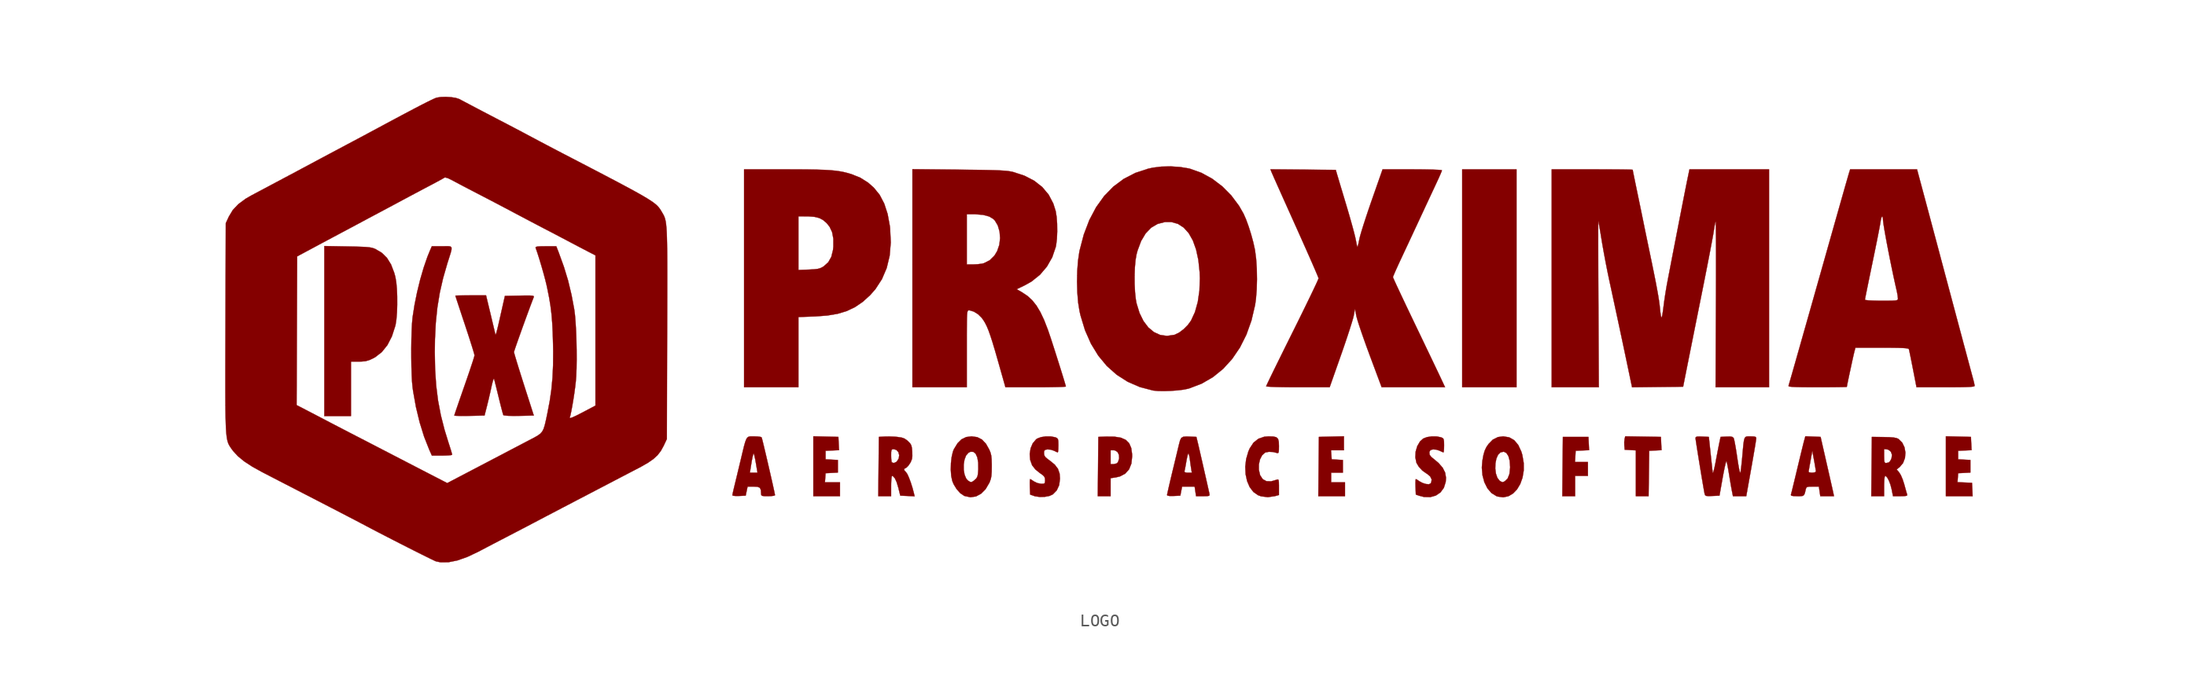
<source format=kicad_sym>
(kicad_symbol_lib
  (version 20220914)
  (generator "bitmap2component")
  (generator_version "8.0")
  (symbol "LOGO"
    (pin_names
      (offset 1.016))
    (property "Reference" "#G"
      (at 0 20.178 0)
      (effects (font (size 1.27 1.27)) hide))
    (symbol "LOGO_0_0"
      (polyline (pts (xy -49.746 -18.675) (xy -49.036 -18.533) (xy -48.243 -18.254) (xy -47.371 -17.841) (xy -47.233 -17.768) (xy -46.773 -17.526) (xy -46.239 -17.247) (xy -45.686 -16.958) (xy -45.17 -16.69) (xy -44.955 -16.578) (xy -44.445 -16.313) (xy -43.94 -16.05) (xy -43.488 -15.814) (xy -43.138 -15.63) (xy -42.997 -15.556) (xy -41.919 -14.989) (xy -40.738 -14.371) (xy -39.497 -13.722) (xy -39.255 -13.596) (xy -38.732 -13.323) (xy -38.144 -13.016) (xy -37.548 -12.704) (xy -36.999 -12.418) (xy -36.685 -12.254) (xy -36.122 -11.959) (xy -35.553 -11.663) (xy -35.031 -11.391) (xy -34.608 -11.171) (xy -34.44 -11.082) (xy -33.882 -10.763) (xy -33.451 -10.463) (xy -33.12 -10.157) (xy -32.861 -9.821) (xy -32.646 -9.43) (xy -32.385 -8.877) (xy -32.362 -0.44) (xy -32.361 0.036) (xy -32.357 1.402) (xy -32.354 2.611) (xy -32.353 3.675) (xy -32.353 4.603) (xy -32.355 5.406) (xy -32.36 6.095) (xy -32.368 6.68) (xy -32.38 7.171) (xy -32.396 7.579) (xy -32.417 7.913) (xy -32.442 8.186) (xy -32.474 8.406) (xy -32.511 8.585) (xy -32.554 8.732) (xy -32.605 8.859) (xy -32.663 8.975) (xy -32.73 9.091) (xy -32.804 9.217) (xy -32.857 9.306) (xy -32.937 9.431) (xy -33.028 9.55) (xy -33.137 9.67) (xy -33.276 9.797) (xy -33.453 9.935) (xy -33.677 10.09) (xy -33.959 10.268) (xy -34.306 10.475) (xy -34.73 10.715) (xy -35.238 10.995) (xy -35.841 11.319) (xy -36.547 11.694) (xy -37.367 12.124) (xy -38.309 12.616) (xy -39.383 13.175) (xy -40.598 13.806) (xy -40.714 13.867) (xy -41.292 14.169) (xy -41.928 14.503) (xy -42.553 14.833) (xy -43.095 15.122) (xy -43.293 15.227) (xy -43.86 15.528) (xy -44.489 15.86) (xy -45.116 16.189) (xy -45.678 16.481) (xy -45.976 16.637) (xy -46.503 16.912) (xy -47.02 17.182) (xy -47.48 17.424) (xy -47.837 17.612) (xy -48.081 17.741) (xy -48.427 17.924) (xy -48.714 18.075) (xy -48.895 18.17) (xy -48.895 18.17) (xy -49.161 18.256) (xy -49.532 18.313) (xy -49.949 18.338) (xy -50.351 18.326) (xy -50.675 18.274) (xy -50.725 18.258) (xy -50.892 18.189) (xy -51.143 18.071) (xy -51.489 17.9) (xy -51.935 17.672) (xy -52.492 17.382) (xy -53.165 17.027) (xy -53.963 16.602) (xy -54.893 16.103) (xy -55.965 15.527) (xy -56.055 15.479) (xy -56.486 15.248) (xy -56.935 15.008) (xy -57.319 14.804) (xy -57.43 14.745) (xy -57.721 14.591) (xy -58.13 14.372) (xy -58.64 14.101) (xy -59.231 13.786) (xy -59.883 13.438) (xy -60.579 13.066) (xy -61.299 12.682) (xy -61.725 12.454) (xy -62.438 12.074) (xy -63.119 11.711) (xy -63.748 11.376) (xy -64.305 11.079) (xy -64.771 10.832) (xy -65.127 10.643) (xy -65.353 10.524) (xy -65.846 10.241) (xy -66.434 9.807) (xy -66.878 9.337) (xy -67.191 8.817) (xy -67.437 8.283) (xy -67.46 -0.025) (xy -67.461 -0.383) (xy -67.465 -1.765) (xy -67.468 -2.99) (xy -67.469 -4.068) (xy -67.469 -5.01) (xy -67.466 -5.826) (xy -67.463 -6.177) (xy -61.808 -6.177) (xy -61.786 -0.264) (xy -61.764 5.649) (xy -60.367 6.399) (xy -60.021 6.585) (xy -59.484 6.872) (xy -58.958 7.153) (xy -58.489 7.403) (xy -58.124 7.598) (xy -57.882 7.726) (xy -57.442 7.961) (xy -57.021 8.185) (xy -56.684 8.366) (xy -56.533 8.447) (xy -56.141 8.657) (xy -55.703 8.891) (xy -55.287 9.112) (xy -54.895 9.321) (xy -54.411 9.579) (xy -53.9 9.853) (xy -53.425 10.108) (xy -52.95 10.362) (xy -52.371 10.671) (xy -51.785 10.982) (xy -51.266 11.256) (xy -51.102 11.342) (xy -50.721 11.545) (xy -50.401 11.719) (xy -50.172 11.846) (xy -50.064 11.912) (xy -49.993 11.929) (xy -49.774 11.868) (xy -49.429 11.698) (xy -49.22 11.585) (xy -48.868 11.398) (xy -48.433 11.169) (xy -47.95 10.917) (xy -47.456 10.661) (xy -47.159 10.507) (xy -46.536 10.183) (xy -45.878 9.838) (xy -45.247 9.506) (xy -44.704 9.219) (xy -44.539 9.131) (xy -43.947 8.818) (xy -43.302 8.477) (xy -42.671 8.145) (xy -42.122 7.858) (xy -41.914 7.75) (xy -41.397 7.48) (xy -40.881 7.209) (xy -40.414 6.963) (xy -40.047 6.769) (xy -39.853 6.667) (xy -39.418 6.438) (xy -38.994 6.216) (xy -38.65 6.037) (xy -38.058 5.732) (xy -38.058 -0.243) (xy -38.058 -6.218) (xy -39.108 -6.773) (xy -39.137 -6.788) (xy -39.566 -7.007) (xy -39.877 -7.15) (xy -40.06 -7.213) (xy -40.107 -7.192) (xy -40.054 -7.01) (xy -39.982 -6.68) (xy -39.902 -6.253) (xy -39.819 -5.764) (xy -39.74 -5.25) (xy -39.672 -4.749) (xy -39.62 -4.297) (xy -39.587 -3.87) (xy -39.562 -3.252) (xy -39.552 -2.549) (xy -39.555 -1.794) (xy -39.571 -1.027) (xy -39.599 -0.283) (xy -39.638 0.401) (xy -39.686 0.989) (xy -39.745 1.444) (xy -39.963 2.604) (xy -40.234 3.731) (xy -40.568 4.828) (xy -40.981 5.968) (xy -41.172 6.456) (xy -42.016 6.456) (xy -42.411 6.451) (xy -42.667 6.434) (xy -42.796 6.401) (xy -42.819 6.35) (xy -42.792 6.277) (xy -42.659 5.889) (xy -42.504 5.399) (xy -42.341 4.855) (xy -42.185 4.307) (xy -42.05 3.805) (xy -41.95 3.398) (xy -41.887 3.108) (xy -41.745 2.4) (xy -41.635 1.738) (xy -41.553 1.078) (xy -41.495 0.378) (xy -41.455 -0.406) (xy -41.428 -1.317) (xy -41.418 -1.923) (xy -41.426 -3.01) (xy -41.472 -3.998) (xy -41.559 -4.93) (xy -41.692 -5.852) (xy -41.874 -6.808) (xy -41.878 -6.829) (xy -41.991 -7.366) (xy -42.085 -7.768) (xy -42.179 -8.065) (xy -42.293 -8.285) (xy -42.449 -8.458) (xy -42.664 -8.613) (xy -42.959 -8.779) (xy -43.355 -8.986) (xy -43.819 -9.229) (xy -44.319 -9.491) (xy -44.789 -9.737) (xy -45.17 -9.937) (xy -45.256 -9.982) (xy -45.648 -10.188) (xy -46.124 -10.437) (xy -46.631 -10.703) (xy -47.117 -10.957) (xy -47.244 -11.024) (xy -47.742 -11.284) (xy -48.247 -11.549) (xy -48.707 -11.79) (xy -49.069 -11.979) (xy -49.837 -12.381) (xy -51.271 -11.641) (xy -51.553 -11.495) (xy -52.182 -11.17) (xy -52.852 -10.824) (xy -53.499 -10.488) (xy -54.06 -10.198) (xy -54.457 -9.992) (xy -55.069 -9.675) (xy -55.731 -9.332) (xy -56.388 -8.992) (xy -56.981 -8.686) (xy -57.504 -8.416) (xy -58.058 -8.129) (xy -58.585 -7.855) (xy -59.044 -7.616) (xy -59.394 -7.433) (xy -59.6 -7.325) (xy -60.09 -7.069) (xy -60.591 -6.808) (xy -61.024 -6.583) (xy -61.808 -6.177) (xy -67.463 -6.177) (xy -67.46 -6.526) (xy -67.451 -7.121) (xy -67.438 -7.621) (xy -67.42 -8.037) (xy -67.397 -8.378) (xy -67.368 -8.655) (xy -67.333 -8.879) (xy -67.292 -9.059) (xy -67.243 -9.207) (xy -67.187 -9.332) (xy -67.122 -9.445) (xy -67.049 -9.556) (xy -66.966 -9.675) (xy -66.855 -9.826) (xy -66.469 -10.244) (xy -65.968 -10.655) (xy -65.332 -11.071) (xy -64.547 -11.506) (xy -64.299 -11.634) (xy -63.811 -11.886) (xy -63.233 -12.185) (xy -62.604 -12.51) (xy -61.96 -12.842) (xy -61.341 -13.162) (xy -61.221 -13.224) (xy -60.116 -13.794) (xy -59.154 -14.292) (xy -58.329 -14.719) (xy -57.634 -15.08) (xy -57.062 -15.378) (xy -56.607 -15.617) (xy -56.261 -15.8) (xy -55.867 -16.008) (xy -55.358 -16.274) (xy -54.796 -16.564) (xy -54.203 -16.87) (xy -53.597 -17.18) (xy -52.999 -17.484) (xy -52.43 -17.772) (xy -51.91 -18.033) (xy -51.459 -18.257) (xy -51.098 -18.435) (xy -50.847 -18.555) (xy -50.726 -18.607) (xy -50.368 -18.679) (xy -49.746 -18.675)) (stroke (width 0.01) (type default)) (fill (type outline)))
      (polyline (pts (xy -7.818 -13.442) (xy -7.412 -13.224) (xy -7.053 -12.861) (xy -6.758 -12.36) (xy -6.72 -12.274) (xy -6.641 -12.048) (xy -6.593 -11.8) (xy -6.57 -11.482) (xy -6.564 -11.043) (xy -6.565 -10.869) (xy -6.576 -10.479) (xy -6.607 -10.192) (xy -6.665 -9.958) (xy -6.758 -9.728) (xy -7.024 -9.255) (xy -7.341 -8.919) (xy -7.718 -8.726) (xy -8.17 -8.665) (xy -8.601 -8.72) (xy -8.968 -8.898) (xy -9.285 -9.214) (xy -9.574 -9.684) (xy -9.654 -9.882) (xy -9.752 -10.306) (xy -9.809 -10.805) (xy -9.811 -10.906) (xy -8.795 -10.906) (xy -8.732 -10.513) (xy -8.606 -10.185) (xy -8.417 -9.969) (xy -8.251 -9.889) (xy -8.025 -9.896) (xy -7.843 -10.049) (xy -7.713 -10.338) (xy -7.641 -10.749) (xy -7.634 -11.272) (xy -7.638 -11.332) (xy -7.662 -11.649) (xy -7.704 -11.852) (xy -7.779 -11.991) (xy -7.902 -12.114) (xy -8.007 -12.203) (xy -8.156 -12.297) (xy -8.28 -12.289) (xy -8.445 -12.188) (xy -8.597 -12.02) (xy -8.728 -11.706) (xy -8.793 -11.319) (xy -8.795 -10.906) (xy -9.811 -10.906) (xy -9.821 -11.326) (xy -9.787 -11.811) (xy -9.703 -12.207) (xy -9.595 -12.47) (xy -9.356 -12.862) (xy -9.068 -13.184) (xy -8.77 -13.386) (xy -8.713 -13.41) (xy -8.257 -13.507) (xy -7.818 -13.442)) (stroke (width 0.01) (type default)) (fill (type outline)))
      (polyline (pts (xy -2.345 -13.472) (xy -1.98 -13.402) (xy -1.713 -13.28) (xy -1.4 -12.96) (xy -1.207 -12.541) (xy -1.144 -12.02) (xy -1.176 -11.622) (xy -1.306 -11.245) (xy -1.557 -10.915) (xy -1.952 -10.593) (xy -2.137 -10.458) (xy -2.312 -10.302) (xy -2.393 -10.162) (xy -2.413 -9.998) (xy -2.403 -9.842) (xy -2.331 -9.739) (xy -2.143 -9.7) (xy -1.885 -9.72) (xy -1.618 -9.807) (xy -1.597 -9.818) (xy -1.416 -9.904) (xy -1.317 -9.939) (xy -1.294 -9.866) (xy -1.277 -9.667) (xy -1.27 -9.385) (xy -1.27 -9.351) (xy -1.276 -9.063) (xy -1.305 -8.896) (xy -1.37 -8.806) (xy -1.487 -8.748) (xy -1.524 -8.735) (xy -1.871 -8.67) (xy -2.272 -8.668) (xy -2.654 -8.726) (xy -2.947 -8.837) (xy -3.045 -8.906) (xy -3.306 -9.213) (xy -3.477 -9.613) (xy -3.549 -10.065) (xy -3.515 -10.523) (xy -3.365 -10.947) (xy -3.349 -10.977) (xy -3.097 -11.295) (xy -2.752 -11.577) (xy -2.586 -11.689) (xy -2.42 -11.832) (xy -2.345 -11.969) (xy -2.328 -12.149) (xy -2.329 -12.222) (xy -2.351 -12.375) (xy -2.442 -12.432) (xy -2.653 -12.435) (xy -2.948 -12.377) (xy -3.221 -12.244) (xy -3.252 -12.221) (xy -3.42 -12.109) (xy -3.514 -12.063) (xy -3.517 -12.064) (xy -3.537 -12.161) (xy -3.544 -12.38) (xy -3.539 -12.679) (xy -3.514 -13.295) (xy -3.217 -13.4) (xy -3.114 -13.432) (xy -2.744 -13.483) (xy -2.345 -13.472)) (stroke (width 0.01) (type default)) (fill (type outline)))
      (polyline (pts (xy 15.938 -13.418) (xy 16.256 -13.329) (xy 16.256 -12.687) (xy 16.256 -12.578) (xy 16.249 -12.296) (xy 16.228 -12.144) (xy 16.183 -12.091) (xy 16.108 -12.105) (xy 16.101 -12.108) (xy 15.638 -12.24) (xy 15.261 -12.228) (xy 14.971 -12.071) (xy 14.771 -11.771) (xy 14.755 -11.732) (xy 14.66 -11.322) (xy 14.661 -10.896) (xy 14.75 -10.498) (xy 14.918 -10.171) (xy 15.155 -9.959) (xy 15.186 -9.944) (xy 15.457 -9.892) (xy 15.794 -9.908) (xy 16.122 -9.991) (xy 16.188 -9.997) (xy 16.231 -9.93) (xy 16.251 -9.755) (xy 16.256 -9.441) (xy 16.244 -9.095) (xy 16.186 -8.864) (xy 16.052 -8.734) (xy 15.811 -8.677) (xy 15.431 -8.665) (xy 15.094 -8.693) (xy 14.621 -8.855) (xy 14.236 -9.163) (xy 13.936 -9.617) (xy 13.827 -9.866) (xy 13.652 -10.465) (xy 13.58 -11.076) (xy 13.607 -11.671) (xy 13.726 -12.223) (xy 13.934 -12.704) (xy 14.226 -13.087) (xy 14.597 -13.345) (xy 14.84 -13.433) (xy 15.375 -13.5) (xy 15.938 -13.418)) (stroke (width 0.01) (type default)) (fill (type outline)))
      (polyline (pts (xy 28.731 -13.369) (xy 29.098 -13.117) (xy 29.364 -12.752) (xy 29.509 -12.284) (xy 29.532 -11.956) (xy 29.464 -11.547) (xy 29.27 -11.162) (xy 28.937 -10.779) (xy 28.453 -10.375) (xy 28.379 -10.316) (xy 28.235 -10.142) (xy 28.21 -9.95) (xy 28.226 -9.865) (xy 28.31 -9.747) (xy 28.506 -9.7) (xy 28.765 -9.72) (xy 29.031 -9.807) (xy 29.052 -9.818) (xy 29.233 -9.904) (xy 29.333 -9.939) (xy 29.356 -9.866) (xy 29.373 -9.667) (xy 29.379 -9.385) (xy 29.379 -9.351) (xy 29.373 -9.063) (xy 29.345 -8.896) (xy 29.279 -8.806) (xy 29.162 -8.748) (xy 29.147 -8.742) (xy 28.803 -8.672) (xy 28.403 -8.667) (xy 28.018 -8.724) (xy 27.723 -8.838) (xy 27.466 -9.07) (xy 27.25 -9.439) (xy 27.121 -9.875) (xy 27.095 -10.332) (xy 27.183 -10.762) (xy 27.189 -10.776) (xy 27.373 -11.085) (xy 27.651 -11.384) (xy 27.96 -11.605) (xy 28.042 -11.652) (xy 28.282 -11.862) (xy 28.394 -12.096) (xy 28.361 -12.322) (xy 28.299 -12.415) (xy 28.175 -12.474) (xy 27.956 -12.457) (xy 27.951 -12.457) (xy 27.669 -12.37) (xy 27.417 -12.235) (xy 27.396 -12.22) (xy 27.23 -12.108) (xy 27.135 -12.063) (xy 27.132 -12.064) (xy 27.113 -12.161) (xy 27.105 -12.38) (xy 27.111 -12.679) (xy 27.136 -13.295) (xy 27.432 -13.396) (xy 27.786 -13.485) (xy 28.287 -13.495) (xy 28.731 -13.369)) (stroke (width 0.01) (type default)) (fill (type outline)))
      (polyline (pts (xy 34.492 -13.425) (xy 34.861 -13.208) (xy 35.178 -12.879) (xy 35.432 -12.454) (xy 35.612 -11.951) (xy 35.707 -11.387) (xy 35.706 -10.78) (xy 35.599 -10.148) (xy 35.518 -9.876) (xy 35.273 -9.347) (xy 34.952 -8.969) (xy 34.553 -8.741) (xy 34.078 -8.665) (xy 33.657 -8.721) (xy 33.258 -8.919) (xy 32.909 -9.274) (xy 32.736 -9.528) (xy 32.604 -9.81) (xy 32.506 -10.155) (xy 32.422 -10.616) (xy 32.38 -11.147) (xy 32.387 -11.231) (xy 33.448 -11.231) (xy 33.46 -10.823) (xy 33.533 -10.443) (xy 33.667 -10.134) (xy 33.863 -9.941) (xy 33.881 -9.932) (xy 34.126 -9.883) (xy 34.332 -9.988) (xy 34.491 -10.232) (xy 34.593 -10.601) (xy 34.629 -11.082) (xy 34.628 -11.167) (xy 34.572 -11.659) (xy 34.431 -12.016) (xy 34.21 -12.23) (xy 34.076 -12.298) (xy 33.98 -12.299) (xy 33.837 -12.222) (xy 33.788 -12.187) (xy 33.612 -11.957) (xy 33.498 -11.623) (xy 33.448 -11.231) (xy 32.387 -11.231) (xy 32.432 -11.757) (xy 32.583 -12.316) (xy 32.823 -12.796) (xy 33.142 -13.17) (xy 33.528 -13.412) (xy 33.642 -13.452) (xy 34.082 -13.512) (xy 34.492 -13.425)) (stroke (width 0.01) (type default)) (fill (type outline)))
      (polyline (pts (xy -24.071 -13.412) (xy -23.869 -13.385) (xy -23.791 -13.347) (xy -23.796 -13.312) (xy -23.831 -13.132) (xy -23.896 -12.828) (xy -23.985 -12.425) (xy -24.092 -11.951) (xy -24.211 -11.431) (xy -24.335 -10.893) (xy -24.458 -10.362) (xy -24.575 -9.865) (xy -24.679 -9.428) (xy -24.764 -9.078) (xy -24.825 -8.841) (xy -24.854 -8.743) (xy -24.945 -8.705) (xy -25.16 -8.676) (xy -25.449 -8.665) (xy -25.598 -8.664) (xy -25.764 -8.667) (xy -25.892 -8.694) (xy -25.994 -8.767) (xy -26.08 -8.903) (xy -26.162 -9.123) (xy -26.253 -9.448) (xy -26.363 -9.898) (xy -26.504 -10.491) (xy -26.58 -10.809) (xy -26.709 -11.346) (xy -26.759 -11.553) (xy -25.787 -11.553) (xy -25.665 -10.789) (xy -25.636 -10.613) (xy -25.577 -10.311) (xy -25.526 -10.102) (xy -25.49 -10.024) (xy -25.474 -10.045) (xy -25.428 -10.193) (xy -25.37 -10.454) (xy -25.309 -10.789) (xy -25.182 -11.553) (xy -25.484 -11.553) (xy -25.787 -11.553) (xy -26.759 -11.553) (xy -26.831 -11.855) (xy -26.936 -12.29) (xy -27.013 -12.605) (xy -27.035 -12.696) (xy -27.108 -13.005) (xy -27.159 -13.239) (xy -27.178 -13.353) (xy -27.114 -13.386) (xy -26.923 -13.407) (xy -26.649 -13.405) (xy -26.12 -13.38) (xy -26.044 -13.018) (xy -25.969 -12.658) (xy -25.483 -12.658) (xy -25.475 -12.658) (xy -25.169 -12.676) (xy -24.993 -12.755) (xy -24.913 -12.928) (xy -24.893 -13.231) (xy -24.893 -13.245) (xy -24.876 -13.342) (xy -24.803 -13.396) (xy -24.638 -13.418) (xy -24.342 -13.422) (xy -24.071 -13.412)) (stroke (width 0.01) (type default)) (fill (type outline)))
      (polyline (pts (xy -18.627 -12.87) (xy -18.627 -12.318) (xy -19.224 -12.318) (xy -19.822 -12.318) (xy -19.796 -11.957) (xy -19.77 -11.596) (xy -19.283 -11.57) (xy -18.796 -11.545) (xy -18.796 -11.043) (xy -18.796 -10.542) (xy -19.283 -10.517) (xy -19.77 -10.491) (xy -19.77 -10.152) (xy -19.77 -9.812) (xy -19.237 -9.786) (xy -18.703 -9.761) (xy -18.729 -9.234) (xy -18.754 -8.707) (xy -19.748 -8.683) (xy -20.743 -8.659) (xy -20.743 -11.041) (xy -20.743 -13.422) (xy -19.685 -13.422) (xy -18.627 -13.422) (xy -18.627 -12.87)) (stroke (width 0.01) (type default)) (fill (type outline)))
      (polyline (pts (xy -12.751 -13.192) (xy -12.866 -12.757) (xy -13.002 -12.33) (xy -13.141 -11.954) (xy -13.271 -11.669) (xy -13.377 -11.511) (xy -13.512 -11.364) (xy -13.526 -11.252) (xy -13.393 -11.176) (xy -13.341 -11.148) (xy -13.193 -10.999) (xy -13.044 -10.78) (xy -12.997 -10.693) (xy -12.909 -10.469) (xy -12.877 -10.221) (xy -12.886 -9.879) (xy -12.912 -9.582) (xy -12.961 -9.372) (xy -13.057 -9.213) (xy -13.224 -9.044) (xy -13.291 -8.985) (xy -13.496 -8.841) (xy -13.732 -8.759) (xy -14.066 -8.709) (xy -14.307 -8.689) (xy -14.716 -8.674) (xy -15.071 -8.68) (xy -15.536 -8.707) (xy -15.55 -10.18) (xy -14.563 -10.18) (xy -14.558 -9.909) (xy -14.533 -9.757) (xy -14.47 -9.696) (xy -14.353 -9.684) (xy -14.143 -9.743) (xy -13.987 -9.916) (xy -13.921 -10.156) (xy -13.955 -10.418) (xy -14.103 -10.655) (xy -14.156 -10.702) (xy -14.347 -10.786) (xy -14.506 -10.732) (xy -14.53 -10.66) (xy -14.554 -10.456) (xy -14.563 -10.18) (xy -15.55 -10.18) (xy -15.559 -11.065) (xy -15.581 -13.422) (xy -15.072 -13.422) (xy -14.563 -13.422) (xy -14.563 -12.615) (xy -14.56 -12.406) (xy -14.546 -12.098) (xy -14.522 -11.887) (xy -14.491 -11.808) (xy -14.423 -11.826) (xy -14.274 -11.984) (xy -14.128 -12.293) (xy -13.992 -12.742) (xy -13.833 -13.38) (xy -13.264 -13.405) (xy -12.695 -13.43) (xy -12.751 -13.192)) (stroke (width 0.01) (type default)) (fill (type outline)))
      (polyline (pts (xy 2.879 -12.705) (xy 2.879 -11.988) (xy 3.281 -11.931) (xy 3.621 -11.851) (xy 4.043 -11.628) (xy 4.348 -11.285) (xy 4.531 -10.825) (xy 4.591 -10.251) (xy 4.587 -10.083) (xy 4.518 -9.592) (xy 4.356 -9.216) (xy 4.089 -8.946) (xy 3.703 -8.774) (xy 3.187 -8.689) (xy 2.529 -8.682) (xy 1.905 -8.707) (xy 1.884 -10.873) (xy 2.879 -10.873) (xy 2.879 -10.321) (xy 2.879 -9.769) (xy 3.13 -9.769) (xy 3.23 -9.782) (xy 3.427 -9.908) (xy 3.542 -10.132) (xy 3.561 -10.414) (xy 3.468 -10.709) (xy 3.37 -10.814) (xy 3.13 -10.873) (xy 2.879 -10.873) (xy 1.884 -10.873) (xy 1.882 -11.065) (xy 1.86 -13.422) (xy 2.369 -13.422) (xy 2.879 -13.422) (xy 2.879 -12.705)) (stroke (width 0.01) (type default)) (fill (type outline)))
      (polyline (pts (xy 10.302 -13.422) (xy 10.564 -13.416) (xy 10.699 -13.391) (xy 10.743 -13.334) (xy 10.732 -13.231) (xy 10.726 -13.202) (xy 10.673 -12.964) (xy 10.592 -12.602) (xy 10.49 -12.149) (xy 10.374 -11.638) (xy 10.252 -11.1) (xy 10.131 -10.568) (xy 10.017 -10.072) (xy 9.919 -9.647) (xy 9.844 -9.322) (xy 9.799 -9.132) (xy 9.694 -8.707) (xy 9.136 -8.682) (xy 8.905 -8.675) (xy 8.653 -8.697) (xy 8.499 -8.787) (xy 8.4 -8.978) (xy 8.314 -9.302) (xy 8.306 -9.334) (xy 8.248 -9.576) (xy 8.16 -9.944) (xy 8.049 -10.406) (xy 7.923 -10.929) (xy 7.799 -11.441) (xy 8.745 -11.441) (xy 8.749 -11.429) (xy 8.786 -11.27) (xy 8.837 -11.003) (xy 8.893 -10.677) (xy 8.906 -10.599) (xy 8.963 -10.307) (xy 9.018 -10.101) (xy 9.059 -10.024) (xy 9.087 -10.059) (xy 9.134 -10.221) (xy 9.175 -10.47) (xy 9.193 -10.613) (xy 9.239 -10.954) (xy 9.282 -11.235) (xy 9.335 -11.553) (xy 9.019 -11.553) (xy 8.933 -11.551) (xy 8.769 -11.519) (xy 8.745 -11.441) (xy 7.799 -11.441) (xy 7.79 -11.481) (xy 7.747 -11.656) (xy 7.626 -12.167) (xy 7.521 -12.616) (xy 7.439 -12.977) (xy 7.385 -13.225) (xy 7.366 -13.333) (xy 7.391 -13.37) (xy 7.56 -13.406) (xy 7.893 -13.405) (xy 8.419 -13.38) (xy 8.49 -13.018) (xy 8.561 -12.658) (xy 9.059 -12.658) (xy 9.557 -12.658) (xy 9.614 -13.04) (xy 9.671 -13.422) (xy 10.222 -13.422) (xy 10.302 -13.422)) (stroke (width 0.01) (type default)) (fill (type outline)))
      (polyline (pts (xy 21.505 -12.87) (xy 21.505 -12.318) (xy 20.955 -12.318) (xy 20.405 -12.318) (xy 20.405 -11.935) (xy 20.405 -11.553) (xy 20.87 -11.553) (xy 21.336 -11.553) (xy 21.336 -11.048) (xy 21.336 -10.543) (xy 20.892 -10.517) (xy 20.447 -10.491) (xy 20.421 -10.13) (xy 20.395 -9.769) (xy 20.908 -9.769) (xy 21.421 -9.769) (xy 21.421 -9.214) (xy 21.421 -8.659) (xy 20.426 -8.683) (xy 19.431 -8.707) (xy 19.408 -11.065) (xy 19.386 -13.422) (xy 20.446 -13.422) (xy 21.505 -13.422) (xy 21.505 -12.87)) (stroke (width 0.01) (type default)) (fill (type outline)))
      (polyline (pts (xy 39.793 -12.615) (xy 39.793 -11.808) (xy 40.301 -11.808) (xy 40.809 -11.808) (xy 40.809 -11.256) (xy 40.809 -10.704) (xy 40.297 -10.704) (xy 39.784 -10.704) (xy 39.81 -10.258) (xy 39.836 -9.812) (xy 40.369 -9.786) (xy 40.902 -9.761) (xy 40.877 -9.234) (xy 40.852 -8.707) (xy 39.836 -8.707) (xy 38.82 -8.707) (xy 38.797 -11.065) (xy 38.775 -13.422) (xy 39.284 -13.422) (xy 39.793 -13.422) (xy 39.793 -12.615)) (stroke (width 0.01) (type default)) (fill (type outline)))
      (polyline (pts (xy 45.655 -11.617) (xy 45.678 -9.812) (xy 46.168 -9.786) (xy 46.659 -9.761) (xy 46.634 -9.234) (xy 46.609 -8.707) (xy 45.193 -8.684) (xy 43.777 -8.661) (xy 43.727 -8.862) (xy 43.721 -8.886) (xy 43.698 -9.121) (xy 43.703 -9.395) (xy 43.73 -9.727) (xy 44.175 -9.752) (xy 44.619 -9.778) (xy 44.619 -11.6) (xy 44.619 -13.422) (xy 45.126 -13.422) (xy 45.632 -13.422) (xy 45.655 -11.617)) (stroke (width 0.01) (type default)) (fill (type outline)))
      (polyline (pts (xy 53.79 -11.192) (xy 53.891 -10.617) (xy 53.987 -10.063) (xy 54.069 -9.583) (xy 54.132 -9.199) (xy 54.172 -8.934) (xy 54.187 -8.813) (xy 54.185 -8.784) (xy 54.138 -8.71) (xy 53.998 -8.674) (xy 53.728 -8.665) (xy 53.714 -8.665) (xy 53.541 -8.664) (xy 53.413 -8.676) (xy 53.32 -8.724) (xy 53.254 -8.83) (xy 53.205 -9.017) (xy 53.165 -9.306) (xy 53.126 -9.719) (xy 53.076 -10.279) (xy 53.068 -10.374) (xy 53.026 -10.801) (xy 52.985 -11.168) (xy 52.949 -11.438) (xy 52.923 -11.575) (xy 52.903 -11.567) (xy 52.861 -11.426) (xy 52.805 -11.159) (xy 52.741 -10.79) (xy 52.673 -10.343) (xy 52.627 -10.031) (xy 52.556 -9.585) (xy 52.489 -9.212) (xy 52.434 -8.943) (xy 52.395 -8.809) (xy 52.381 -8.786) (xy 52.29 -8.708) (xy 52.123 -8.677) (xy 51.834 -8.682) (xy 51.353 -8.707) (xy 51.254 -9.175) (xy 51.204 -9.423) (xy 51.129 -9.803) (xy 51.044 -10.247) (xy 50.958 -10.704) (xy 50.941 -10.797) (xy 50.867 -11.154) (xy 50.803 -11.415) (xy 50.755 -11.556) (xy 50.729 -11.553) (xy 50.721 -11.493) (xy 50.693 -11.265) (xy 50.655 -10.921) (xy 50.608 -10.495) (xy 50.558 -10.024) (xy 50.419 -8.707) (xy 49.89 -8.682) (xy 49.68 -8.675) (xy 49.478 -8.683) (xy 49.384 -8.723) (xy 49.361 -8.802) (xy 49.365 -8.852) (xy 49.394 -9.053) (xy 49.443 -9.378) (xy 49.509 -9.797) (xy 49.587 -10.284) (xy 49.672 -10.811) (xy 49.76 -11.349) (xy 49.846 -11.87) (xy 49.927 -12.347) (xy 49.996 -12.752) (xy 50.05 -13.057) (xy 50.085 -13.235) (xy 50.09 -13.259) (xy 50.13 -13.352) (xy 50.217 -13.4) (xy 50.392 -13.414) (xy 50.696 -13.405) (xy 51.264 -13.38) (xy 51.516 -11.957) (xy 51.587 -11.575) (xy 51.667 -11.176) (xy 51.737 -10.871) (xy 51.791 -10.684) (xy 51.823 -10.641) (xy 51.847 -10.718) (xy 51.895 -10.94) (xy 51.955 -11.26) (xy 52.019 -11.638) (xy 52.057 -11.88) (xy 52.129 -12.31) (xy 52.196 -12.696) (xy 52.248 -12.976) (xy 52.336 -13.422) (xy 52.864 -13.422) (xy 53.392 -13.422) (xy 53.79 -11.192)) (stroke (width 0.01) (type default)) (fill (type outline)))
      (polyline (pts (xy 60.316 -13.188) (xy 60.293 -13.082) (xy 60.235 -12.821) (xy 60.149 -12.441) (xy 60.042 -11.965) (xy 59.918 -11.42) (xy 59.784 -10.831) (xy 59.3 -8.707) (xy 58.695 -8.682) (xy 58.09 -8.658) (xy 58 -8.98) (xy 57.979 -9.056) (xy 57.915 -9.308) (xy 57.823 -9.682) (xy 57.709 -10.15) (xy 57.58 -10.684) (xy 57.443 -11.256) (xy 57.387 -11.489) (xy 58.342 -11.489) (xy 58.348 -11.446) (xy 58.38 -11.261) (xy 58.431 -10.972) (xy 58.495 -10.619) (xy 58.642 -9.812) (xy 58.785 -10.588) (xy 58.818 -10.767) (xy 58.874 -11.094) (xy 58.913 -11.338) (xy 58.928 -11.459) (xy 58.925 -11.472) (xy 58.827 -11.53) (xy 58.632 -11.553) (xy 58.592 -11.553) (xy 58.412 -11.531) (xy 58.342 -11.489) (xy 57.387 -11.489) (xy 57.36 -11.603) (xy 57.233 -12.129) (xy 57.122 -12.588) (xy 57.032 -12.956) (xy 56.969 -13.206) (xy 56.939 -13.316) (xy 56.938 -13.32) (xy 56.973 -13.38) (xy 57.134 -13.412) (xy 57.443 -13.422) (xy 57.649 -13.422) (xy 57.863 -13.404) (xy 57.982 -13.333) (xy 58.051 -13.174) (xy 58.117 -12.891) (xy 58.157 -12.762) (xy 58.232 -12.691) (xy 58.386 -12.663) (xy 58.666 -12.658) (xy 59.163 -12.658) (xy 59.22 -13.04) (xy 59.277 -13.422) (xy 59.82 -13.422) (xy 60.363 -13.422) (xy 60.316 -13.188)) (stroke (width 0.01) (type default)) (fill (type outline)))
      (polyline (pts (xy 64.347 -12.615) (xy 64.348 -12.466) (xy 64.362 -12.116) (xy 64.391 -11.889) (xy 64.433 -11.808) (xy 64.469 -11.817) (xy 64.596 -11.941) (xy 64.729 -12.184) (xy 64.852 -12.51) (xy 64.948 -12.881) (xy 65.055 -13.422) (xy 65.641 -13.422) (xy 65.804 -13.421) (xy 66.052 -13.406) (xy 66.17 -13.37) (xy 66.184 -13.308) (xy 66.174 -13.28) (xy 66.122 -13.106) (xy 66.043 -12.828) (xy 65.952 -12.494) (xy 65.942 -12.457) (xy 65.819 -12.079) (xy 65.682 -11.757) (xy 65.554 -11.545) (xy 65.344 -11.295) (xy 65.576 -11.112) (xy 65.593 -11.098) (xy 65.855 -10.782) (xy 66.004 -10.387) (xy 66.041 -9.957) (xy 65.967 -9.533) (xy 65.785 -9.158) (xy 65.494 -8.872) (xy 65.489 -8.869) (xy 65.339 -8.802) (xy 65.117 -8.758) (xy 64.79 -8.731) (xy 64.326 -8.719) (xy 63.373 -8.707) (xy 63.364 -9.673) (xy 64.347 -9.673) (xy 64.579 -9.7) (xy 64.697 -9.731) (xy 64.887 -9.888) (xy 64.974 -10.133) (xy 64.935 -10.418) (xy 64.845 -10.601) (xy 64.743 -10.722) (xy 64.682 -10.751) (xy 64.495 -10.787) (xy 64.432 -10.776) (xy 64.378 -10.704) (xy 64.353 -10.534) (xy 64.347 -10.231) (xy 64.347 -9.673) (xy 63.364 -9.673) (xy 63.35 -11.065) (xy 63.328 -13.422) (xy 63.837 -13.422) (xy 64.347 -13.422) (xy 64.347 -12.615)) (stroke (width 0.01) (type default)) (fill (type outline)))
      (polyline (pts (xy 71.357 -12.891) (xy 71.332 -12.36) (xy 70.755 -12.335) (xy 70.179 -12.31) (xy 70.205 -11.953) (xy 70.231 -11.596) (xy 70.718 -11.57) (xy 71.205 -11.545) (xy 71.205 -11.043) (xy 71.205 -10.542) (xy 70.718 -10.517) (xy 70.231 -10.491) (xy 70.231 -10.152) (xy 70.231 -9.812) (xy 70.764 -9.786) (xy 71.297 -9.761) (xy 71.272 -9.234) (xy 71.247 -8.707) (xy 70.252 -8.683) (xy 69.257 -8.659) (xy 69.257 -11.041) (xy 69.257 -13.422) (xy 70.32 -13.422) (xy 71.382 -13.422) (xy 71.357 -12.891)) (stroke (width 0.01) (type default)) (fill (type outline)))
      (polyline (pts (xy 7.652 -5.046) (xy 8.179 -5.009) (xy 8.651 -4.952) (xy 9.014 -4.88) (xy 9.15 -4.841) (xy 10.124 -4.468) (xy 11.017 -3.949) (xy 11.824 -3.293) (xy 12.54 -2.507) (xy 13.157 -1.599) (xy 13.67 -0.577) (xy 14.074 0.554) (xy 14.361 1.784) (xy 14.428 2.258) (xy 14.488 3.008) (xy 14.51 3.826) (xy 14.496 4.654) (xy 14.445 5.437) (xy 14.358 6.116) (xy 14.343 6.199) (xy 14.216 6.778) (xy 14.045 7.406) (xy 13.848 8.03) (xy 13.642 8.594) (xy 13.444 9.044) (xy 13.085 9.673) (xy 12.47 10.496) (xy 11.753 11.22) (xy 10.953 11.827) (xy 10.09 12.3) (xy 9.186 12.621) (xy 9.076 12.648) (xy 8.408 12.758) (xy 7.665 12.807) (xy 6.921 12.791) (xy 6.248 12.708) (xy 5.85 12.621) (xy 4.842 12.289) (xy 3.924 11.815) (xy 3.097 11.2) (xy 2.364 10.447) (xy 1.727 9.56) (xy 1.188 8.54) (xy 0.75 7.392) (xy 0.415 6.116) (xy 0.397 6.028) (xy 0.292 5.312) (xy 0.23 4.497) (xy 0.222 4.124) (xy 4.784 4.124) (xy 4.808 4.775) (xy 4.86 5.356) (xy 4.941 5.819) (xy 5.023 6.122) (xy 5.305 6.875) (xy 5.665 7.478) (xy 6.101 7.931) (xy 6.613 8.233) (xy 7.2 8.384) (xy 7.707 8.384) (xy 8.228 8.237) (xy 8.689 7.939) (xy 9.086 7.497) (xy 9.415 6.915) (xy 9.672 6.201) (xy 9.854 5.359) (xy 9.955 4.396) (xy 9.973 3.913) (xy 9.938 2.928) (xy 9.807 2.024) (xy 9.583 1.222) (xy 9.272 0.546) (xy 9.017 0.195) (xy 8.679 -0.144) (xy 8.315 -0.417) (xy 7.975 -0.58) (xy 7.938 -0.59) (xy 7.363 -0.675) (xy 6.821 -0.599) (xy 6.322 -0.371) (xy 5.875 0.001) (xy 5.49 0.511) (xy 5.176 1.151) (xy 4.942 1.911) (xy 4.881 2.242) (xy 4.82 2.808) (xy 4.788 3.452) (xy 4.784 4.124) (xy 0.222 4.124) (xy 0.211 3.634) (xy 0.235 2.776) (xy 0.301 1.978) (xy 0.411 1.29) (xy 0.487 0.957) (xy 0.847 -0.227) (xy 1.319 -1.296) (xy 1.899 -2.245) (xy 2.581 -3.069) (xy 3.362 -3.763) (xy 4.237 -4.322) (xy 5.202 -4.741) (xy 6.251 -5.016) (xy 6.281 -5.021) (xy 6.649 -5.055) (xy 7.124 -5.063) (xy 7.652 -5.046)) (stroke (width 0.01) (type default)) (fill (type outline)))
      (polyline (pts (xy -21.929 -1.965) (xy -21.929 0.827) (xy -20.637 0.873) (xy -20.606 0.874) (xy -19.643 0.945) (xy -18.81 1.085) (xy -18.081 1.306) (xy -17.428 1.618) (xy -16.824 2.03) (xy -16.242 2.555) (xy -15.81 3.044) (xy -15.29 3.843) (xy -14.912 4.731) (xy -14.679 5.705) (xy -14.59 6.762) (xy -14.646 7.9) (xy -14.665 8.061) (xy -14.841 9.026) (xy -15.111 9.854) (xy -15.476 10.549) (xy -15.938 11.116) (xy -16.398 11.52) (xy -17.003 11.903) (xy -17.699 12.185) (xy -17.986 12.271) (xy -18.294 12.35) (xy -18.619 12.413) (xy -18.978 12.464) (xy -19.392 12.503) (xy -19.88 12.532) (xy -20.461 12.552) (xy -21.154 12.564) (xy -21.977 12.571) (xy -22.951 12.573) (xy -26.247 12.573) (xy -26.247 4.568) (xy -21.929 4.568) (xy -21.929 6.701) (xy -21.929 8.835) (xy -21.315 8.834) (xy -21.149 8.833) (xy -20.657 8.796) (xy -20.275 8.702) (xy -19.962 8.536) (xy -19.675 8.284) (xy -19.454 8.008) (xy -19.251 7.578) (xy -19.153 7.06) (xy -19.153 6.426) (xy -19.18 6.158) (xy -19.315 5.613) (xy -19.556 5.188) (xy -19.91 4.866) (xy -20.022 4.795) (xy -20.201 4.709) (xy -20.407 4.655) (xy -20.689 4.623) (xy -21.093 4.601) (xy -21.929 4.568) (xy -26.247 4.568) (xy -26.247 3.908) (xy -26.247 -4.757) (xy -24.088 -4.757) (xy -21.929 -4.757) (xy -21.929 -1.965)) (stroke (width 0.01) (type default)) (fill (type outline)))
      (polyline (pts (xy -8.551 -1.699) (xy -8.551 -1.39) (xy -8.551 -0.647) (xy -8.549 -0.051) (xy -8.545 0.413) (xy -8.538 0.762) (xy -8.527 1.013) (xy -8.51 1.181) (xy -8.487 1.284) (xy -8.458 1.337) (xy -8.42 1.356) (xy -8.374 1.359) (xy -8.308 1.355) (xy -7.985 1.256) (xy -7.652 1.048) (xy -7.364 0.762) (xy -7.247 0.604) (xy -7.104 0.375) (xy -6.966 0.102) (xy -6.825 -0.234) (xy -6.675 -0.654) (xy -6.506 -1.178) (xy -6.311 -1.827) (xy -6.083 -2.62) (xy -5.478 -4.757) (xy -3.078 -4.757) (xy -2.959 -4.757) (xy -2.35 -4.755) (xy -1.805 -4.748) (xy -1.344 -4.74) (xy -0.988 -4.728) (xy -0.758 -4.715) (xy -0.677 -4.7) (xy -0.69 -4.642) (xy -0.748 -4.438) (xy -0.846 -4.111) (xy -0.977 -3.684) (xy -1.134 -3.18) (xy -1.31 -2.622) (xy -1.497 -2.033) (xy -1.689 -1.434) (xy -1.878 -0.85) (xy -2.099 -0.2) (xy -2.4 0.577) (xy -2.701 1.216) (xy -3.014 1.739) (xy -3.352 2.162) (xy -3.725 2.505) (xy -4.146 2.786) (xy -4.587 3.039) (xy -3.924 3.359) (xy -3.398 3.656) (xy -2.731 4.192) (xy -2.179 4.841) (xy -1.757 5.583) (xy -1.48 6.401) (xy -1.45 6.548) (xy -1.389 7.047) (xy -1.363 7.629) (xy -1.37 8.231) (xy -1.411 8.793) (xy -1.485 9.252) (xy -1.675 9.856) (xy -2.044 10.559) (xy -2.549 11.162) (xy -3.189 11.665) (xy -3.963 12.066) (xy -4.868 12.363) (xy -4.95 12.382) (xy -5.127 12.416) (xy -5.337 12.445) (xy -5.597 12.468) (xy -5.925 12.488) (xy -6.336 12.504) (xy -6.849 12.517) (xy -7.48 12.529) (xy -8.246 12.539) (xy -9.165 12.549) (xy -12.869 12.586) (xy -12.869 5.012) (xy -8.551 5.012) (xy -8.551 7.008) (xy -8.551 9.005) (xy -7.895 9.001) (xy -7.873 9.001) (xy -7.258 8.953) (xy -6.774 8.825) (xy -6.431 8.619) (xy -6.321 8.504) (xy -6.087 8.111) (xy -5.946 7.63) (xy -5.903 7.103) (xy -5.964 6.571) (xy -6.133 6.077) (xy -6.35 5.716) (xy -6.721 5.346) (xy -7.188 5.109) (xy -7.359 5.068) (xy -7.675 5.028) (xy -8.014 5.012) (xy -8.551 5.012) (xy -12.869 5.012) (xy -12.869 3.915) (xy -12.869 -4.757) (xy -10.71 -4.757) (xy -8.551 -4.757) (xy -8.551 -1.699)) (stroke (width 0.01) (type default)) (fill (type outline)))
      (polyline (pts (xy 21.191 -2.187) (xy 21.29 -1.904) (xy 21.512 -1.258) (xy 21.717 -0.648) (xy 21.895 -0.099) (xy 22.041 0.364) (xy 22.145 0.717) (xy 22.199 0.934) (xy 22.303 1.487) (xy 22.407 0.919) (xy 22.425 0.843) (xy 22.504 0.561) (xy 22.632 0.156) (xy 22.801 -0.347) (xy 23.002 -0.924) (xy 23.226 -1.551) (xy 23.466 -2.203) (xy 24.419 -4.757) (xy 26.939 -4.757) (xy 29.458 -4.757) (xy 29.09 -3.971) (xy 29.015 -3.813) (xy 28.854 -3.474) (xy 28.636 -3.016) (xy 28.37 -2.459) (xy 28.066 -1.823) (xy 27.733 -1.127) (xy 27.381 -0.391) (xy 27.018 0.365) (xy 26.707 1.016) (xy 26.381 1.699) (xy 26.086 2.323) (xy 25.828 2.871) (xy 25.614 3.328) (xy 25.453 3.679) (xy 25.351 3.907) (xy 25.315 3.999) (xy 25.338 4.071) (xy 25.424 4.277) (xy 25.56 4.588) (xy 25.737 4.977) (xy 25.941 5.418) (xy 26.007 5.558) (xy 26.252 6.082) (xy 26.541 6.699) (xy 26.852 7.366) (xy 27.164 8.036) (xy 27.457 8.665) (xy 27.585 8.94) (xy 27.865 9.542) (xy 28.141 10.135) (xy 28.397 10.683) (xy 28.615 11.149) (xy 28.778 11.498) (xy 28.945 11.861) (xy 29.083 12.171) (xy 29.176 12.394) (xy 29.21 12.496) (xy 29.21 12.497) (xy 29.124 12.518) (xy 28.89 12.536) (xy 28.525 12.551) (xy 28.051 12.562) (xy 27.486 12.57) (xy 26.851 12.573) (xy 24.492 12.573) (xy 23.63 10.11) (xy 23.568 9.934) (xy 23.348 9.292) (xy 23.144 8.68) (xy 22.964 8.123) (xy 22.817 7.648) (xy 22.71 7.281) (xy 22.653 7.047) (xy 22.647 7.017) (xy 22.587 6.722) (xy 22.534 6.504) (xy 22.5 6.407) (xy 22.499 6.406) (xy 22.466 6.473) (xy 22.419 6.665) (xy 22.367 6.945) (xy 22.317 7.18) (xy 22.225 7.55) (xy 22.098 8.026) (xy 21.943 8.58) (xy 21.769 9.185) (xy 21.583 9.814) (xy 21.563 9.878) (xy 21.383 10.479) (xy 21.216 11.034) (xy 21.071 11.518) (xy 20.955 11.909) (xy 20.873 12.183) (xy 20.834 12.318) (xy 20.773 12.53) (xy 18.178 12.553) (xy 15.582 12.575) (xy 15.656 12.383) (xy 15.667 12.357) (xy 15.741 12.188) (xy 15.874 11.885) (xy 16.062 11.464) (xy 16.296 10.94) (xy 16.57 10.327) (xy 16.877 9.642) (xy 17.211 8.899) (xy 17.564 8.113) (xy 17.709 7.79) (xy 18.052 7.023) (xy 18.371 6.307) (xy 18.659 5.657) (xy 18.909 5.087) (xy 19.116 4.612) (xy 19.271 4.247) (xy 19.37 4.008) (xy 19.406 3.908) (xy 19.393 3.865) (xy 19.315 3.682) (xy 19.172 3.37) (xy 18.97 2.943) (xy 18.717 2.416) (xy 18.419 1.803) (xy 18.084 1.117) (xy 17.718 0.374) (xy 17.327 -0.412) (xy 17.084 -0.901) (xy 16.708 -1.659) (xy 16.36 -2.365) (xy 16.046 -3.002) (xy 15.774 -3.557) (xy 15.551 -4.017) (xy 15.383 -4.367) (xy 15.277 -4.593) (xy 15.24 -4.681) (xy 15.244 -4.686) (xy 15.361 -4.705) (xy 15.625 -4.722) (xy 16.016 -4.737) (xy 16.515 -4.748) (xy 17.104 -4.755) (xy 17.763 -4.757) (xy 20.287 -4.757) (xy 21.191 -2.187)) (stroke (width 0.01) (type default)) (fill (type outline)))
      (polyline (pts (xy 35.137 3.908) (xy 35.137 12.573) (xy 32.978 12.573) (xy 30.819 12.573) (xy 30.819 3.908) (xy 30.819 -4.757) (xy 32.978 -4.757) (xy 35.137 -4.757) (xy 35.137 3.908)) (stroke (width 0.01) (type default)) (fill (type outline)))
      (polyline (pts (xy 46.346 -4.737) (xy 48.375 -4.715) (xy 48.687 -3.143) (xy 48.763 -2.762) (xy 48.871 -2.221) (xy 49.003 -1.561) (xy 49.154 -0.806) (xy 49.319 0.02) (xy 49.494 0.891) (xy 49.673 1.785) (xy 49.852 2.676) (xy 49.876 2.797) (xy 50.046 3.648) (xy 50.208 4.467) (xy 50.358 5.236) (xy 50.493 5.934) (xy 50.609 6.544) (xy 50.703 7.046) (xy 50.77 7.419) (xy 50.807 7.646) (xy 50.827 7.774) (xy 50.88 8.089) (xy 50.927 8.321) (xy 50.961 8.427) (xy 50.964 8.424) (xy 50.971 8.307) (xy 50.977 8.036) (xy 50.982 7.625) (xy 50.986 7.085) (xy 50.989 6.43) (xy 50.99 5.671) (xy 50.991 4.823) (xy 50.99 3.897) (xy 50.987 2.907) (xy 50.983 1.865) (xy 50.955 -4.757) (xy 53.079 -4.757) (xy 55.203 -4.757) (xy 55.203 3.908) (xy 55.203 12.573) (xy 52.042 12.573) (xy 48.881 12.573) (xy 48.701 11.702) (xy 48.692 11.661) (xy 48.631 11.358) (xy 48.543 10.915) (xy 48.433 10.356) (xy 48.305 9.703) (xy 48.163 8.979) (xy 48.013 8.208) (xy 47.858 7.411) (xy 47.703 6.613) (xy 47.552 5.836) (xy 47.411 5.104) (xy 47.283 4.438) (xy 47.172 3.861) (xy 47.084 3.398) (xy 47.052 3.218) (xy 46.962 2.676) (xy 46.876 2.1) (xy 46.81 1.589) (xy 46.769 1.272) (xy 46.721 0.988) (xy 46.678 0.815) (xy 46.646 0.782) (xy 46.638 0.799) (xy 46.602 0.964) (xy 46.563 1.238) (xy 46.528 1.572) (xy 46.507 1.777) (xy 46.463 2.108) (xy 46.399 2.511) (xy 46.312 3.002) (xy 46.2 3.597) (xy 46.058 4.311) (xy 45.885 5.16) (xy 45.677 6.159) (xy 45.61 6.482) (xy 45.501 7.008) (xy 45.399 7.498) (xy 45.315 7.909) (xy 45.256 8.198) (xy 45.244 8.259) (xy 45.182 8.564) (xy 45.094 8.99) (xy 44.989 9.503) (xy 44.872 10.068) (xy 44.751 10.65) (xy 44.696 10.915) (xy 44.59 11.428) (xy 44.499 11.871) (xy 44.428 12.22) (xy 44.382 12.451) (xy 44.365 12.54) (xy 44.363 12.541) (xy 44.256 12.549) (xy 44 12.555) (xy 43.615 12.561) (xy 43.119 12.566) (xy 42.531 12.569) (xy 41.867 12.572) (xy 41.148 12.573) (xy 37.931 12.573) (xy 37.931 3.908) (xy 37.931 -4.757) (xy 39.803 -4.757) (xy 41.676 -4.757) (xy 41.643 1.864) (xy 41.641 2.142) (xy 41.637 3.173) (xy 41.633 4.149) (xy 41.63 5.058) (xy 41.628 5.887) (xy 41.627 6.623) (xy 41.627 7.253) (xy 41.627 7.764) (xy 41.629 8.144) (xy 41.632 8.38) (xy 41.636 8.459) (xy 41.655 8.381) (xy 41.697 8.16) (xy 41.756 7.824) (xy 41.828 7.399) (xy 41.907 6.913) (xy 41.959 6.601) (xy 42.08 5.918) (xy 42.219 5.176) (xy 42.362 4.447) (xy 42.497 3.801) (xy 42.639 3.146) (xy 42.902 1.923) (xy 43.138 0.826) (xy 43.352 -0.174) (xy 43.55 -1.105) (xy 43.738 -1.994) (xy 43.922 -2.869) (xy 44.318 -4.76) (xy 46.346 -4.737)) (stroke (width 0.01) (type default)) (fill (type outline)))
      (polyline (pts (xy 59.716 -4.756) (xy 60.259 -4.753) (xy 60.718 -4.748) (xy 61.073 -4.742) (xy 61.302 -4.736) (xy 61.383 -4.728) (xy 61.385 -4.717) (xy 61.41 -4.581) (xy 61.462 -4.321) (xy 61.535 -3.973) (xy 61.621 -3.57) (xy 61.712 -3.147) (xy 61.8 -2.737) (xy 61.88 -2.376) (xy 61.943 -2.096) (xy 61.983 -1.933) (xy 62.067 -1.614) (xy 64.171 -1.614) (xy 64.354 -1.614) (xy 65.005 -1.617) (xy 65.506 -1.625) (xy 65.872 -1.639) (xy 66.119 -1.659) (xy 66.261 -1.685) (xy 66.314 -1.72) (xy 66.336 -1.805) (xy 66.386 -2.036) (xy 66.457 -2.381) (xy 66.543 -2.809) (xy 66.638 -3.292) (xy 66.923 -4.757) (xy 69.233 -4.757) (xy 69.767 -4.756) (xy 70.372 -4.752) (xy 70.833 -4.743) (xy 71.166 -4.729) (xy 71.385 -4.71) (xy 71.506 -4.684) (xy 71.542 -4.651) (xy 71.534 -4.587) (xy 71.492 -4.384) (xy 71.425 -4.12) (xy 71.401 -4.033) (xy 71.325 -3.751) (xy 71.212 -3.329) (xy 71.066 -2.785) (xy 70.892 -2.135) (xy 70.694 -1.397) (xy 70.477 -0.585) (xy 70.245 0.282) (xy 70.003 1.189) (xy 69.755 2.119) (xy 69.505 3.055) (xy 69.258 3.98) (xy 69.019 4.879) (xy 68.791 5.734) (xy 68.678 6.16) (xy 68.467 6.951) (xy 68.254 7.748) (xy 68.049 8.518) (xy 67.86 9.226) (xy 67.696 9.839) (xy 67.567 10.321) (xy 67.561 10.342) (xy 67.422 10.863) (xy 67.292 11.346) (xy 67.181 11.76) (xy 67.098 12.073) (xy 67.049 12.254) (xy 66.965 12.573) (xy 64.308 12.573) (xy 61.65 12.573) (xy 61.563 12.296) (xy 61.551 12.257) (xy 61.493 12.057) (xy 61.395 11.717) (xy 61.262 11.254) (xy 61.099 10.682) (xy 60.911 10.019) (xy 60.702 9.282) (xy 60.476 8.485) (xy 60.239 7.646) (xy 60 6.802) (xy 59.484 4.975) (xy 59.013 3.311) (xy 58.699 2.199) (xy 62.823 2.199) (xy 62.834 2.268) (xy 62.876 2.487) (xy 62.946 2.837) (xy 63.039 3.297) (xy 63.152 3.85) (xy 63.281 4.474) (xy 63.421 5.151) (xy 63.526 5.66) (xy 63.663 6.33) (xy 63.788 6.947) (xy 63.895 7.488) (xy 63.98 7.931) (xy 64.039 8.253) (xy 64.068 8.431) (xy 64.082 8.53) (xy 64.136 8.746) (xy 64.195 8.828) (xy 64.243 8.765) (xy 64.262 8.549) (xy 64.266 8.48) (xy 64.299 8.223) (xy 64.36 7.835) (xy 64.447 7.34) (xy 64.553 6.762) (xy 64.675 6.125) (xy 64.808 5.452) (xy 64.947 4.769) (xy 65.087 4.098) (xy 65.225 3.463) (xy 65.355 2.888) (xy 65.376 2.789) (xy 65.425 2.515) (xy 65.445 2.315) (xy 65.444 2.256) (xy 65.422 2.201) (xy 65.354 2.163) (xy 65.217 2.141) (xy 64.984 2.129) (xy 64.632 2.124) (xy 64.135 2.124) (xy 63.87 2.125) (xy 63.455 2.135) (xy 63.123 2.151) (xy 62.903 2.174) (xy 62.823 2.199) (xy 58.699 2.199) (xy 58.588 1.807) (xy 58.207 0.463) (xy 57.871 -0.721) (xy 57.58 -1.748) (xy 57.333 -2.618) (xy 57.13 -3.332) (xy 56.97 -3.891) (xy 56.853 -4.297) (xy 56.78 -4.55) (xy 56.749 -4.651) (xy 56.765 -4.68) (xy 56.859 -4.707) (xy 57.047 -4.727) (xy 57.345 -4.741) (xy 57.768 -4.75) (xy 58.33 -4.756) (xy 59.046 -4.757) (xy 59.112 -4.757) (xy 59.716 -4.756)) (stroke (width 0.01) (type default)) (fill (type outline)))
      (polyline (pts (xy -50.042 -10.191) (xy -49.735 -10.177) (xy -49.524 -10.153) (xy -49.445 -10.122) (xy -49.446 -10.119) (xy -49.475 -10.003) (xy -49.546 -9.762) (xy -49.65 -9.43) (xy -49.776 -9.039) (xy -50.051 -8.142) (xy -50.347 -6.978) (xy -50.567 -5.819) (xy -50.716 -4.623) (xy -50.801 -3.348) (xy -50.827 -1.954) (xy -50.813 -0.938) (xy -50.747 0.374) (xy -50.621 1.592) (xy -50.43 2.759) (xy -50.167 3.913) (xy -49.827 5.097) (xy -49.682 5.55) (xy -49.563 5.929) (xy -49.498 6.186) (xy -49.496 6.345) (xy -49.562 6.428) (xy -49.704 6.459) (xy -49.928 6.461) (xy -50.243 6.456) (xy -51.06 6.456) (xy -51.235 6.053) (xy -51.412 5.617) (xy -51.707 4.763) (xy -51.985 3.809) (xy -52.232 2.802) (xy -52.437 1.786) (xy -52.59 0.807) (xy -52.595 0.761) (xy -52.635 0.309) (xy -52.664 -0.27) (xy -52.684 -0.939) (xy -52.694 -1.66) (xy -52.693 -2.396) (xy -52.683 -3.111) (xy -52.662 -3.768) (xy -52.632 -4.329) (xy -52.591 -4.757) (xy -52.548 -5.072) (xy -52.324 -6.325) (xy -52.03 -7.544) (xy -51.676 -8.686) (xy -51.274 -9.706) (xy -51.056 -10.194) (xy -50.251 -10.194) (xy -50.042 -10.191)) (stroke (width 0.01) (type default)) (fill (type outline)))
      (polyline (pts (xy -57.489 -4.885) (xy -57.489 -2.718) (xy -56.867 -2.718) (xy -56.658 -2.715) (xy -56.334 -2.685) (xy -56.051 -2.605) (xy -55.726 -2.458) (xy -55.57 -2.373) (xy -55.037 -1.961) (xy -54.59 -1.404) (xy -54.231 -0.704) (xy -53.96 0.136) (xy -53.945 0.199) (xy -53.877 0.639) (xy -53.832 1.192) (xy -53.811 1.811) (xy -53.813 2.45) (xy -53.839 3.062) (xy -53.888 3.601) (xy -53.96 4.019) (xy -54.049 4.345) (xy -54.301 5.005) (xy -54.625 5.529) (xy -55.033 5.932) (xy -55.537 6.233) (xy -55.546 6.237) (xy -55.69 6.295) (xy -55.849 6.34) (xy -56.048 6.373) (xy -56.313 6.397) (xy -56.67 6.415) (xy -57.145 6.429) (xy -57.764 6.441) (xy -59.605 6.473) (xy -59.605 -0.289) (xy -59.605 -7.051) (xy -58.547 -7.051) (xy -57.489 -7.051) (xy -57.489 -4.885)) (stroke (width 0.01) (type default)) (fill (type outline)))
      (polyline (pts (xy -48.075 -7.032) (xy -46.873 -7.008) (xy -46.678 -6.244) (xy -46.665 -6.191) (xy -46.547 -5.71) (xy -46.425 -5.183) (xy -46.322 -4.715) (xy -46.279 -4.521) (xy -46.209 -4.255) (xy -46.153 -4.097) (xy -46.119 -4.078) (xy -46.101 -4.139) (xy -46.046 -4.351) (xy -45.964 -4.678) (xy -45.863 -5.088) (xy -45.75 -5.551) (xy -45.675 -5.857) (xy -45.568 -6.281) (xy -45.478 -6.629) (xy -45.411 -6.87) (xy -45.375 -6.976) (xy -45.365 -6.984) (xy -45.23 -7.01) (xy -44.961 -7.028) (xy -44.589 -7.035) (xy -44.141 -7.032) (xy -42.957 -7.008) (xy -43.746 -4.545) (xy -43.822 -4.304) (xy -44.013 -3.701) (xy -44.184 -3.155) (xy -44.328 -2.687) (xy -44.438 -2.318) (xy -44.51 -2.068) (xy -44.535 -1.959) (xy -44.508 -1.863) (xy -44.431 -1.63) (xy -44.313 -1.288) (xy -44.163 -0.862) (xy -43.989 -0.375) (xy -43.802 0.147) (xy -43.609 0.678) (xy -43.42 1.194) (xy -43.244 1.671) (xy -43.089 2.082) (xy -42.966 2.402) (xy -42.965 2.404) (xy -42.953 2.463) (xy -42.987 2.503) (xy -43.092 2.527) (xy -43.293 2.538) (xy -43.614 2.538) (xy -44.08 2.53) (xy -45.254 2.506) (xy -45.58 1.062) (xy -45.655 0.729) (xy -45.77 0.226) (xy -45.856 -0.138) (xy -45.919 -0.379) (xy -45.962 -0.515) (xy -45.993 -0.564) (xy -46.015 -0.542) (xy -46.034 -0.467) (xy -46.054 -0.377) (xy -46.11 -0.136) (xy -46.193 0.215) (xy -46.296 0.646) (xy -46.41 1.126) (xy -46.752 2.549) (xy -47.972 2.549) (xy -48.155 2.548) (xy -48.564 2.546) (xy -48.892 2.541) (xy -49.112 2.534) (xy -49.191 2.526) (xy -49.19 2.522) (xy -49.155 2.41) (xy -49.075 2.162) (xy -48.955 1.798) (xy -48.803 1.338) (xy -48.626 0.802) (xy -48.429 0.212) (xy -48.398 0.117) (xy -48.203 -0.474) (xy -48.029 -1.014) (xy -47.881 -1.48) (xy -47.767 -1.851) (xy -47.693 -2.105) (xy -47.667 -2.22) (xy -47.668 -2.229) (xy -47.705 -2.37) (xy -47.79 -2.646) (xy -47.917 -3.034) (xy -48.077 -3.514) (xy -48.265 -4.062) (xy -48.472 -4.659) (xy -48.516 -4.785) (xy -48.719 -5.367) (xy -48.901 -5.891) (xy -49.054 -6.338) (xy -49.173 -6.686) (xy -49.249 -6.916) (xy -49.276 -7.006) (xy -49.264 -7.013) (xy -49.129 -7.027) (xy -48.865 -7.035) (xy -48.504 -7.037) (xy -48.075 -7.032)) (stroke (width 0.01) (type default)) (fill (type outline))))))
</source>
